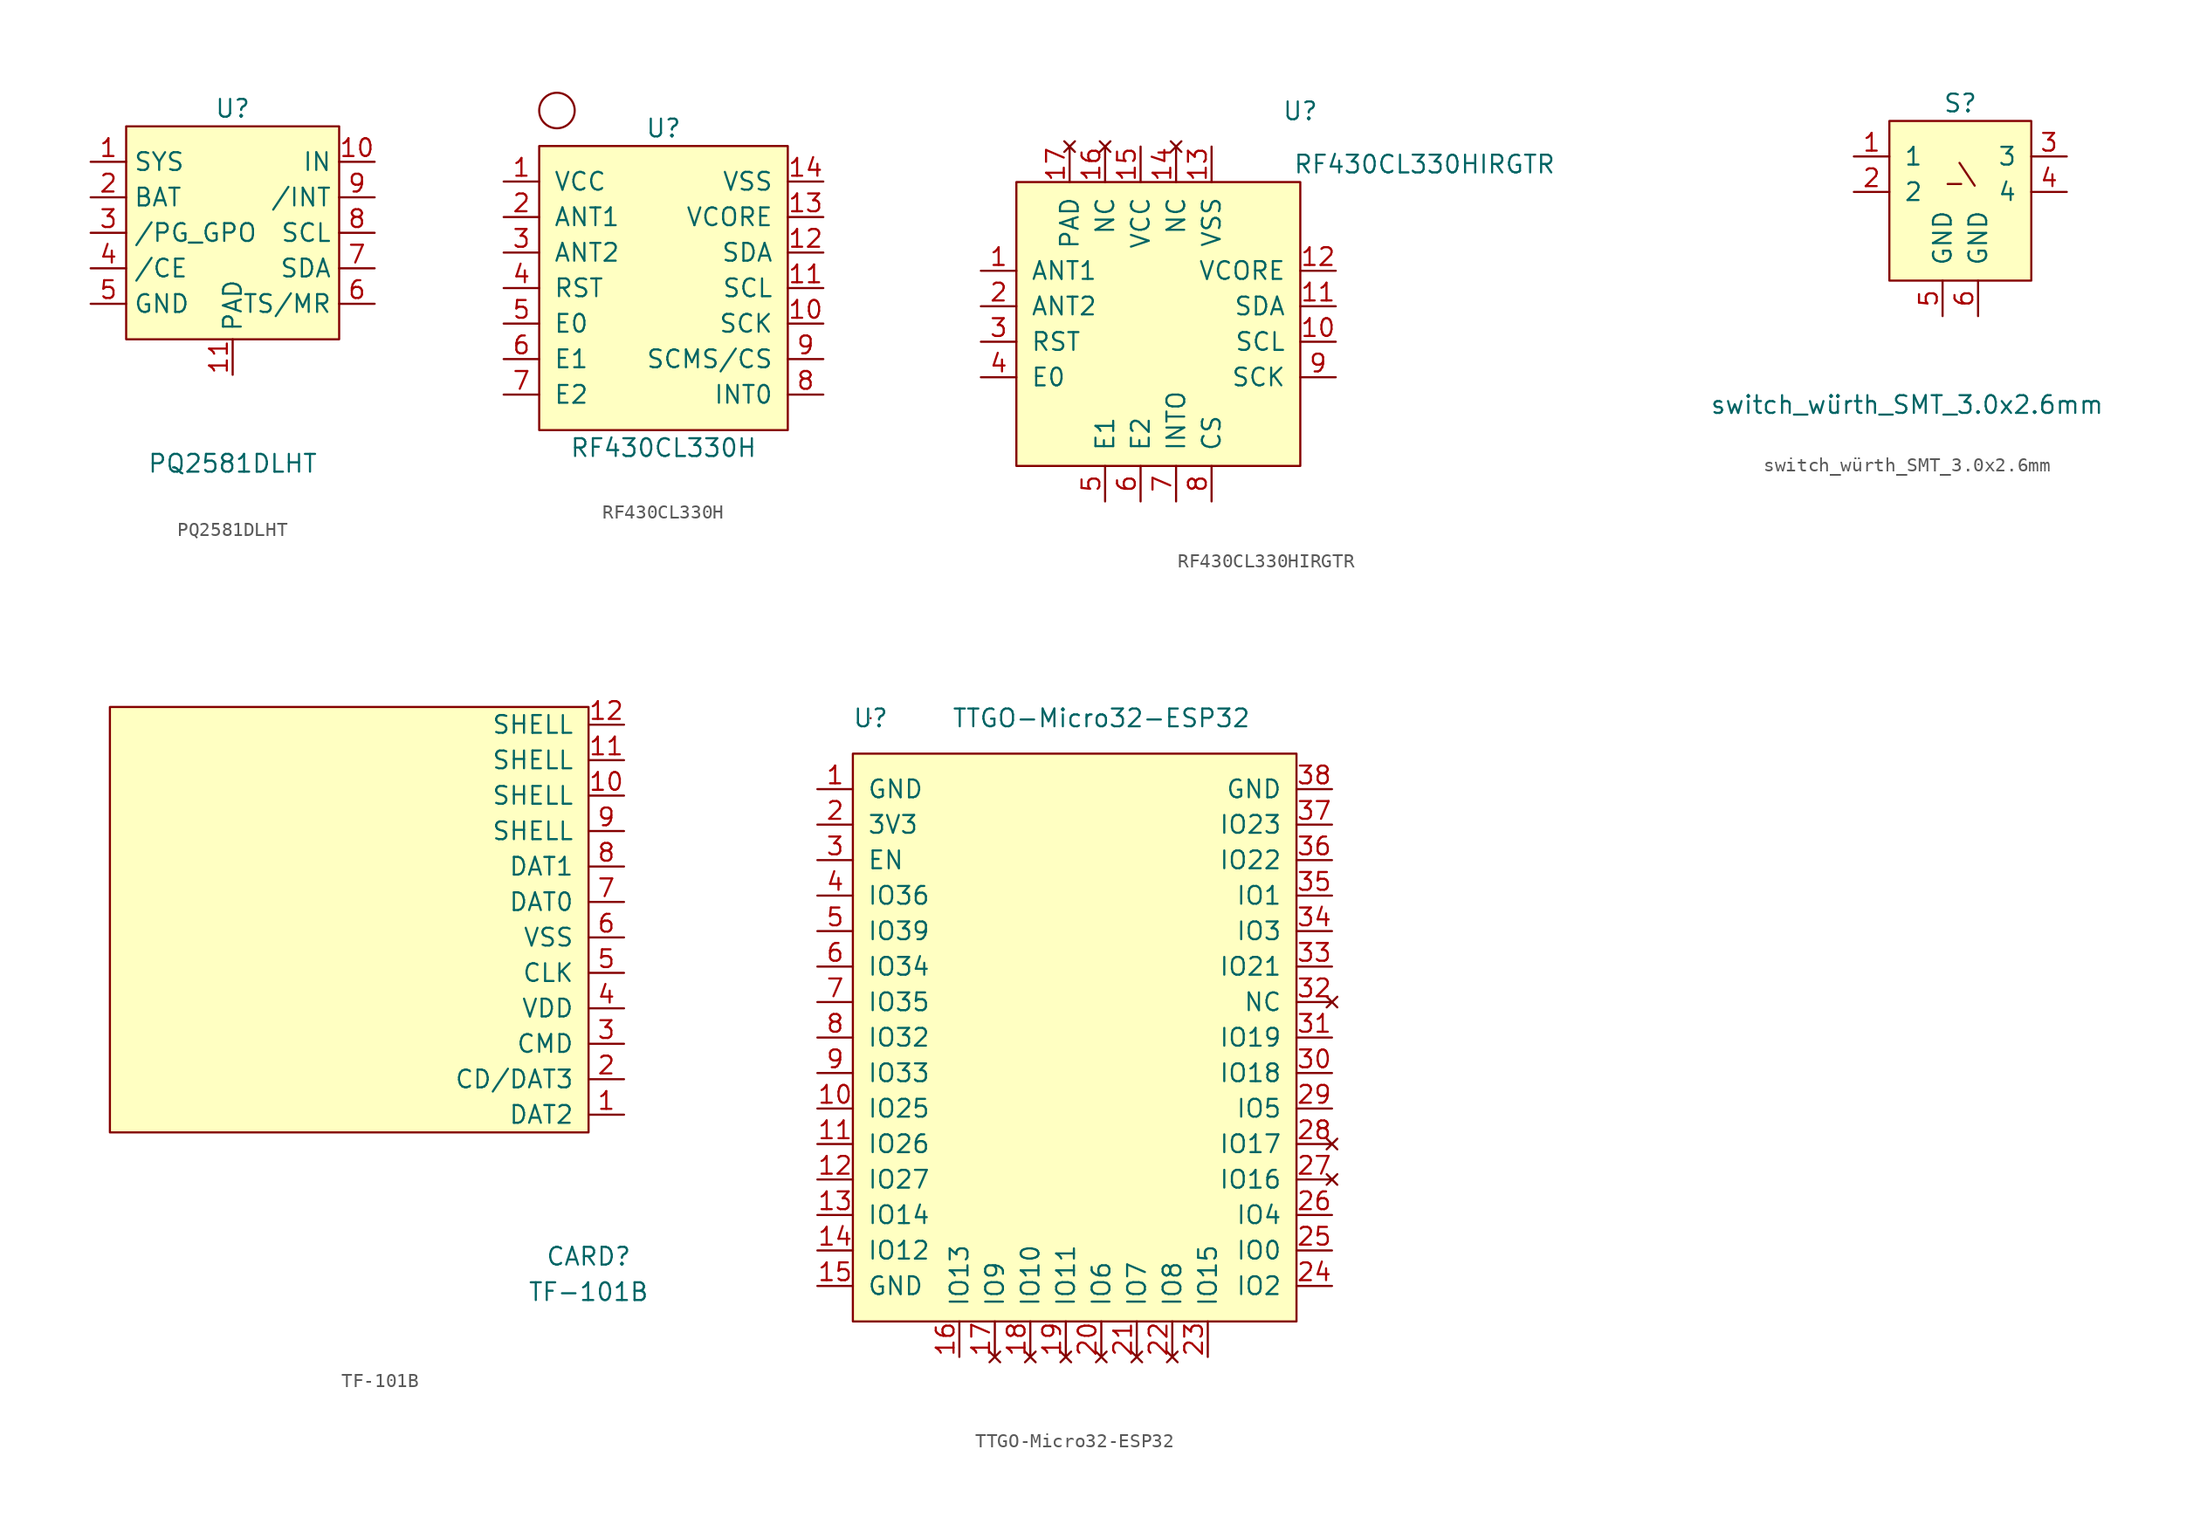
<source format=kicad_sym>
(kicad_symbol_lib
  (version 20211014)
  (generator kicad_symbol_editor)
  (symbol "PQ2581DLHT"
    (property "Reference" "U"
      (at 0 11.43 0)
      (effects (font (size 1.27 1.27))))
    (property "Value" "PQ2581DLHT"
      (at 0 -13.97 0)
      (effects (font (size 1.27 1.27))))
    (symbol "PQ2581DLHT_0_1"
      (rectangle (start 7.62 10.16) (end -7.62 -5.08) (stroke (width 0.152) (type default) (color 0 0 0 0)) (fill (type background))))
    (symbol "PQ2581DLHT_1_1"
      (pin input line (at -10.16 7.62 0) (length 2.54) (name "SYS" (effects (font (size 1.27 1.27)))) (number "1" (effects (font (size 1.27 1.27)))))
      (pin input line (at 10.16 7.62 180) (length 2.54) (name "IN" (effects (font (size 1.27 1.27)))) (number "10" (effects (font (size 1.27 1.27)))))
      (pin input line (at 0 -7.62 90) (length 2.54) (name "PAD" (effects (font (size 1.27 1.27)))) (number "11" (effects (font (size 1.27 1.27)))))
      (pin input line (at -10.16 5.08 0) (length 2.54) (name "BAT" (effects (font (size 1.27 1.27)))) (number "2" (effects (font (size 1.27 1.27)))))
      (pin input line (at -10.16 2.54 0) (length 2.54) (name "/PG_GPO" (effects (font (size 1.27 1.27)))) (number "3" (effects (font (size 1.27 1.27)))))
      (pin input line (at -10.16 0 0) (length 2.54) (name "/CE" (effects (font (size 1.27 1.27)))) (number "4" (effects (font (size 1.27 1.27)))))
      (pin input line (at -10.16 -2.54 0) (length 2.54) (name "GND" (effects (font (size 1.27 1.27)))) (number "5" (effects (font (size 1.27 1.27)))))
      (pin input line (at 10.16 -2.54 180) (length 2.54) (name "TS/MR" (effects (font (size 1.27 1.27)))) (number "6" (effects (font (size 1.27 1.27)))))
      (pin input line (at 10.16 0 180) (length 2.54) (name "SDA" (effects (font (size 1.27 1.27)))) (number "7" (effects (font (size 1.27 1.27)))))
      (pin input line (at 10.16 2.54 180) (length 2.54) (name "SCL" (effects (font (size 1.27 1.27)))) (number "8" (effects (font (size 1.27 1.27)))))
      (pin input line (at 10.16 5.08 180) (length 2.54) (name "/INT" (effects (font (size 1.27 1.27)))) (number "9" (effects (font (size 1.27 1.27)))))))
  (symbol "RF430CL330H"
    (pin_names
      (offset 1.016))
    (property "Reference" "U"
      (at 0 12.7 0)
      (effects (font (size 1.27 1.27))))
    (property "Value" "RF430CL330H"
      (at 0 -10.16 0)
      (effects (font (size 1.27 1.27))))
    (symbol "RF430CL330H_0_1"
      (rectangle (start -8.89 11.43) (end 8.89 -8.89) (stroke (width 0) (type default) (color 0 0 0 0)) (fill (type background)))
      (circle (center -7.62 13.97) (radius 1.27) (stroke (width 0) (type default) (color 0 0 0 0)) (fill (type none))))
    (symbol "RF430CL330H_1_1"
      (pin input line (at -11.43 8.89 0) (length 2.54) (name "VCC" (effects (font (size 1.27 1.27)))) (number "1" (effects (font (size 1.27 1.27)))))
      (pin input line (at 11.43 -1.27 180) (length 2.54) (name "SCK" (effects (font (size 1.27 1.27)))) (number "10" (effects (font (size 1.27 1.27)))))
      (pin input line (at 11.43 1.27 180) (length 2.54) (name "SCL" (effects (font (size 1.27 1.27)))) (number "11" (effects (font (size 1.27 1.27)))))
      (pin input line (at 11.43 3.81 180) (length 2.54) (name "SDA" (effects (font (size 1.27 1.27)))) (number "12" (effects (font (size 1.27 1.27)))))
      (pin input line (at 11.43 6.35 180) (length 2.54) (name "VCORE" (effects (font (size 1.27 1.27)))) (number "13" (effects (font (size 1.27 1.27)))))
      (pin input line (at 11.43 8.89 180) (length 2.54) (name "VSS" (effects (font (size 1.27 1.27)))) (number "14" (effects (font (size 1.27 1.27)))))
      (pin input line (at -11.43 6.35 0) (length 2.54) (name "ANT1" (effects (font (size 1.27 1.27)))) (number "2" (effects (font (size 1.27 1.27)))))
      (pin input line (at -11.43 3.81 0) (length 2.54) (name "ANT2" (effects (font (size 1.27 1.27)))) (number "3" (effects (font (size 1.27 1.27)))))
      (pin input line (at -11.43 1.27 0) (length 2.54) (name "RST" (effects (font (size 1.27 1.27)))) (number "4" (effects (font (size 1.27 1.27)))))
      (pin input line (at -11.43 -1.27 0) (length 2.54) (name "E0" (effects (font (size 1.27 1.27)))) (number "5" (effects (font (size 1.27 1.27)))))
      (pin input line (at -11.43 -3.81 0) (length 2.54) (name "E1" (effects (font (size 1.27 1.27)))) (number "6" (effects (font (size 1.27 1.27)))))
      (pin input line (at -11.43 -6.35 0) (length 2.54) (name "E2" (effects (font (size 1.27 1.27)))) (number "7" (effects (font (size 1.27 1.27)))))
      (pin input line (at 11.43 -6.35 180) (length 2.54) (name "INT0" (effects (font (size 1.27 1.27)))) (number "8" (effects (font (size 1.27 1.27)))))
      (pin input line (at 11.43 -3.81 180) (length 2.54) (name "SCMS/CS" (effects (font (size 1.27 1.27)))) (number "9" (effects (font (size 1.27 1.27)))))))
  (symbol "RF430CL330HIRGTR‎"
    (pin_names
      (offset 1.016))
    (property "Reference" "U"
      (at 10.16 15.24 0)
      (effects (font (size 1.27 1.27))))
    (property "Value" "RF430CL330HIRGTR‎"
      (at 19.05 11.43 0)
      (effects (font (size 1.27 1.27))))
    (symbol "RF430CL330HIRGTR‎_0_1"
      (rectangle (start 10.16 10.16) (end -10.16 -10.16) (stroke (width 0) (type default) (color 0 0 0 0)) (fill (type background))))
    (symbol "RF430CL330HIRGTR‎_1_1"
      (pin input line (at -12.7 3.81 0) (length 2.54) (name "ANT1" (effects (font (size 1.27 1.27)))) (number "1" (effects (font (size 1.27 1.27)))))
      (pin input line (at 12.7 -1.27 180) (length 2.54) (name "SCL" (effects (font (size 1.27 1.27)))) (number "10" (effects (font (size 1.27 1.27)))))
      (pin input line (at 12.7 1.27 180) (length 2.54) (name "SDA" (effects (font (size 1.27 1.27)))) (number "11" (effects (font (size 1.27 1.27)))))
      (pin input line (at 12.7 3.81 180) (length 2.54) (name "VCORE" (effects (font (size 1.27 1.27)))) (number "12" (effects (font (size 1.27 1.27)))))
      (pin input line (at 3.81 12.7 270) (length 2.54) (name "VSS" (effects (font (size 1.27 1.27)))) (number "13" (effects (font (size 1.27 1.27)))))
      (pin no_connect line (at 1.27 12.7 270) (length 2.54) (name "NC" (effects (font (size 1.27 1.27)))) (number "14" (effects (font (size 1.27 1.27)))))
      (pin input line (at -1.27 12.7 270) (length 2.54) (name "VCC" (effects (font (size 1.27 1.27)))) (number "15" (effects (font (size 1.27 1.27)))))
      (pin no_connect line (at -3.81 12.7 270) (length 2.54) (name "NC" (effects (font (size 1.27 1.27)))) (number "16" (effects (font (size 1.27 1.27)))))
      (pin no_connect line (at -6.35 12.7 270) (length 2.54) (name "PAD" (effects (font (size 1.27 1.27)))) (number "17" (effects (font (size 1.27 1.27)))))
      (pin input line (at -12.7 1.27 0) (length 2.54) (name "ANT2" (effects (font (size 1.27 1.27)))) (number "2" (effects (font (size 1.27 1.27)))))
      (pin input line (at -12.7 -1.27 0) (length 2.54) (name "RST" (effects (font (size 1.27 1.27)))) (number "3" (effects (font (size 1.27 1.27)))))
      (pin input line (at -12.7 -3.81 0) (length 2.54) (name "E0" (effects (font (size 1.27 1.27)))) (number "4" (effects (font (size 1.27 1.27)))))
      (pin input line (at -3.81 -12.7 90) (length 2.54) (name "E1" (effects (font (size 1.27 1.27)))) (number "5" (effects (font (size 1.27 1.27)))))
      (pin input line (at -1.27 -12.7 90) (length 2.54) (name "E2" (effects (font (size 1.27 1.27)))) (number "6" (effects (font (size 1.27 1.27)))))
      (pin input line (at 1.27 -12.7 90) (length 2.54) (name "INTO" (effects (font (size 1.27 1.27)))) (number "7" (effects (font (size 1.27 1.27)))))
      (pin input line (at 3.81 -12.7 90) (length 2.54) (name "CS" (effects (font (size 1.27 1.27)))) (number "8" (effects (font (size 1.27 1.27)))))
      (pin input line (at 12.7 -3.81 180) (length 2.54) (name "SCK" (effects (font (size 1.27 1.27)))) (number "9" (effects (font (size 1.27 1.27)))))))
  (symbol "switch_würth_SMT_3.0x2.6mm"
    (pin_names
      (offset 1.016))
    (property "Reference" "S"
      (at 5.08 10.16 0)
      (effects (font (size 1.27 1.27))))
    (property "Value" "switch_würth_SMT_3.0x2.6mm"
      (at 1.27 -11.43 0)
      (effects (font (size 1.27 1.27))))
    (symbol "switch_würth_SMT_3.0x2.6mm_0_0"
      (text "_\\" (at 5.08 5.08 0) (effects (font (size 1.27 1.27)))))
    (symbol "switch_würth_SMT_3.0x2.6mm_0_1"
      (rectangle (start 10.16 8.89) (end 0 -2.54) (stroke (width 0) (type default) (color 0 0 0 0)) (fill (type background))))
    (symbol "switch_würth_SMT_3.0x2.6mm_1_1"
      (pin input line (at -2.54 6.35 0) (length 2.54) (name "1" (effects (font (size 1.27 1.27)))) (number "1" (effects (font (size 1.27 1.27)))))
      (pin input line (at -2.54 3.81 0) (length 2.54) (name "2" (effects (font (size 1.27 1.27)))) (number "2" (effects (font (size 1.27 1.27)))))
      (pin input line (at 12.7 6.35 180) (length 2.54) (name "3" (effects (font (size 1.27 1.27)))) (number "3" (effects (font (size 1.27 1.27)))))
      (pin input line (at 12.7 3.81 180) (length 2.54) (name "4" (effects (font (size 1.27 1.27)))) (number "4" (effects (font (size 1.27 1.27)))))
      (pin input line (at 3.81 -5.08 90) (length 2.54) (name "GND" (effects (font (size 1.27 1.27)))) (number "5" (effects (font (size 1.27 1.27)))))
      (pin input line (at 6.35 -5.08 90) (length 2.54) (name "GND" (effects (font (size 1.27 1.27)))) (number "6" (effects (font (size 1.27 1.27)))))))
  (symbol "TF-101B"
    (pin_names
      (offset 1.016))
    (property "Reference" "CARD"
      (at 0 -10.16 0)
      (effects (font (size 1.27 1.27))))
    (property "Value" "TF-101B"
      (at 0 -12.7 0)
      (effects (font (size 1.27 1.27))))
    (symbol "TF-101B_0_1"
      (rectangle (start 0 29.21) (end -34.29 -1.27) (stroke (width 0) (type default) (color 0 0 0 0)) (fill (type background))))
    (symbol "TF-101B_1_1"
      (pin output line (at 2.54 0 180) (length 2.54) (name "DAT2" (effects (font (size 1.27 1.27)))) (number "1" (effects (font (size 1.27 1.27)))))
      (pin output line (at 2.54 22.86 180) (length 2.54) (name "SHELL" (effects (font (size 1.27 1.27)))) (number "10" (effects (font (size 1.27 1.27)))))
      (pin output line (at 2.54 25.4 180) (length 2.54) (name "SHELL" (effects (font (size 1.27 1.27)))) (number "11" (effects (font (size 1.27 1.27)))))
      (pin output line (at 2.54 27.94 180) (length 2.54) (name "SHELL" (effects (font (size 1.27 1.27)))) (number "12" (effects (font (size 1.27 1.27)))))
      (pin output line (at 2.54 2.54 180) (length 2.54) (name "CD/DAT3" (effects (font (size 1.27 1.27)))) (number "2" (effects (font (size 1.27 1.27)))))
      (pin output line (at 2.54 5.08 180) (length 2.54) (name "CMD" (effects (font (size 1.27 1.27)))) (number "3" (effects (font (size 1.27 1.27)))))
      (pin input line (at 2.54 7.62 180) (length 2.54) (name "VDD" (effects (font (size 1.27 1.27)))) (number "4" (effects (font (size 1.27 1.27)))))
      (pin output line (at 2.54 10.16 180) (length 2.54) (name "CLK" (effects (font (size 1.27 1.27)))) (number "5" (effects (font (size 1.27 1.27)))))
      (pin output line (at 2.54 12.7 180) (length 2.54) (name "VSS" (effects (font (size 1.27 1.27)))) (number "6" (effects (font (size 1.27 1.27)))))
      (pin output line (at 2.54 15.24 180) (length 2.54) (name "DAT0" (effects (font (size 1.27 1.27)))) (number "7" (effects (font (size 1.27 1.27)))))
      (pin output line (at 2.54 17.78 180) (length 2.54) (name "DAT1" (effects (font (size 1.27 1.27)))) (number "8" (effects (font (size 1.27 1.27)))))
      (pin output line (at 2.54 20.32 180) (length 2.54) (name "SHELL" (effects (font (size 1.27 1.27)))) (number "9" (effects (font (size 1.27 1.27)))))))
  (symbol "TTGO-Micro32-ESP32"
    (pin_names
      (offset 1.016))
    (property "Reference" "U"
      (at -13.97 20.32 0)
      (effects (font (size 1.27 1.27))))
    (property "Value" "TTGO-Micro32-ESP32"
      (at 2.54 20.32 0)
      (effects (font (size 1.27 1.27))))
    (symbol "TTGO-Micro32-ESP32_0_1"
      (rectangle (start -13.97 20.32) (end -13.97 20.32) (stroke (width 0) (type default) (color 0 0 0 0)) (fill (type none)))
      (rectangle (start 16.51 17.78) (end -15.24 -22.86) (stroke (width 0) (type default) (color 0 0 0 0)) (fill (type background))))
    (symbol "TTGO-Micro32-ESP32_1_1"
      (pin input line (at -17.78 15.24 0) (length 2.54) (name "GND" (effects (font (size 1.27 1.27)))) (number "1" (effects (font (size 1.27 1.27)))))
      (pin input line (at -17.78 -7.62 0) (length 2.54) (name "IO25" (effects (font (size 1.27 1.27)))) (number "10" (effects (font (size 1.27 1.27)))))
      (pin input line (at -17.78 -10.16 0) (length 2.54) (name "IO26" (effects (font (size 1.27 1.27)))) (number "11" (effects (font (size 1.27 1.27)))))
      (pin input line (at -17.78 -12.7 0) (length 2.54) (name "IO27" (effects (font (size 1.27 1.27)))) (number "12" (effects (font (size 1.27 1.27)))))
      (pin input line (at -17.78 -15.24 0) (length 2.54) (name "IO14" (effects (font (size 1.27 1.27)))) (number "13" (effects (font (size 1.27 1.27)))))
      (pin input line (at -17.78 -17.78 0) (length 2.54) (name "IO12" (effects (font (size 1.27 1.27)))) (number "14" (effects (font (size 1.27 1.27)))))
      (pin input line (at -17.78 -20.32 0) (length 2.54) (name "GND" (effects (font (size 1.27 1.27)))) (number "15" (effects (font (size 1.27 1.27)))))
      (pin input line (at -7.62 -25.4 90) (length 2.54) (name "IO13" (effects (font (size 1.27 1.27)))) (number "16" (effects (font (size 1.27 1.27)))))
      (pin no_connect line (at -5.08 -25.4 90) (length 2.54) (name "IO9" (effects (font (size 1.27 1.27)))) (number "17" (effects (font (size 1.27 1.27)))))
      (pin no_connect line (at -2.54 -25.4 90) (length 2.54) (name "IO10" (effects (font (size 1.27 1.27)))) (number "18" (effects (font (size 1.27 1.27)))))
      (pin no_connect line (at 0 -25.4 90) (length 2.54) (name "IO11" (effects (font (size 1.27 1.27)))) (number "19" (effects (font (size 1.27 1.27)))))
      (pin input line (at -17.78 12.7 0) (length 2.54) (name "3V3" (effects (font (size 1.27 1.27)))) (number "2" (effects (font (size 1.27 1.27)))))
      (pin no_connect line (at 2.54 -25.4 90) (length 2.54) (name "IO6" (effects (font (size 1.27 1.27)))) (number "20" (effects (font (size 1.27 1.27)))))
      (pin no_connect line (at 5.08 -25.4 90) (length 2.54) (name "IO7" (effects (font (size 1.27 1.27)))) (number "21" (effects (font (size 1.27 1.27)))))
      (pin no_connect line (at 7.62 -25.4 90) (length 2.54) (name "IO8" (effects (font (size 1.27 1.27)))) (number "22" (effects (font (size 1.27 1.27)))))
      (pin input line (at 10.16 -25.4 90) (length 2.54) (name "IO15" (effects (font (size 1.27 1.27)))) (number "23" (effects (font (size 1.27 1.27)))))
      (pin input line (at 19.05 -20.32 180) (length 2.54) (name "IO2" (effects (font (size 1.27 1.27)))) (number "24" (effects (font (size 1.27 1.27)))))
      (pin input line (at 19.05 -17.78 180) (length 2.54) (name "IO0" (effects (font (size 1.27 1.27)))) (number "25" (effects (font (size 1.27 1.27)))))
      (pin input line (at 19.05 -15.24 180) (length 2.54) (name "IO4" (effects (font (size 1.27 1.27)))) (number "26" (effects (font (size 1.27 1.27)))))
      (pin no_connect line (at 19.05 -12.7 180) (length 2.54) (name "IO16" (effects (font (size 1.27 1.27)))) (number "27" (effects (font (size 1.27 1.27)))))
      (pin no_connect line (at 19.05 -10.16 180) (length 2.54) (name "IO17" (effects (font (size 1.27 1.27)))) (number "28" (effects (font (size 1.27 1.27)))))
      (pin input line (at 19.05 -7.62 180) (length 2.54) (name "IO5" (effects (font (size 1.27 1.27)))) (number "29" (effects (font (size 1.27 1.27)))))
      (pin input line (at -17.78 10.16 0) (length 2.54) (name "EN" (effects (font (size 1.27 1.27)))) (number "3" (effects (font (size 1.27 1.27)))))
      (pin input line (at 19.05 -5.08 180) (length 2.54) (name "IO18" (effects (font (size 1.27 1.27)))) (number "30" (effects (font (size 1.27 1.27)))))
      (pin input line (at 19.05 -2.54 180) (length 2.54) (name "IO19" (effects (font (size 1.27 1.27)))) (number "31" (effects (font (size 1.27 1.27)))))
      (pin no_connect line (at 19.05 0 180) (length 2.54) (name "NC" (effects (font (size 1.27 1.27)))) (number "32" (effects (font (size 1.27 1.27)))))
      (pin input line (at 19.05 2.54 180) (length 2.54) (name "IO21" (effects (font (size 1.27 1.27)))) (number "33" (effects (font (size 1.27 1.27)))))
      (pin input line (at 19.05 5.08 180) (length 2.54) (name "IO3" (effects (font (size 1.27 1.27)))) (number "34" (effects (font (size 1.27 1.27)))))
      (pin input line (at 19.05 7.62 180) (length 2.54) (name "IO1" (effects (font (size 1.27 1.27)))) (number "35" (effects (font (size 1.27 1.27)))))
      (pin input line (at 19.05 10.16 180) (length 2.54) (name "IO22" (effects (font (size 1.27 1.27)))) (number "36" (effects (font (size 1.27 1.27)))))
      (pin input line (at 19.05 12.7 180) (length 2.54) (name "IO23" (effects (font (size 1.27 1.27)))) (number "37" (effects (font (size 1.27 1.27)))))
      (pin input line (at 19.05 15.24 180) (length 2.54) (name "GND" (effects (font (size 1.27 1.27)))) (number "38" (effects (font (size 1.27 1.27)))))
      (pin input line (at -17.78 7.62 0) (length 2.54) (name "IO36" (effects (font (size 1.27 1.27)))) (number "4" (effects (font (size 1.27 1.27)))))
      (pin input line (at -17.78 5.08 0) (length 2.54) (name "IO39" (effects (font (size 1.27 1.27)))) (number "5" (effects (font (size 1.27 1.27)))))
      (pin input line (at -17.78 2.54 0) (length 2.54) (name "IO34" (effects (font (size 1.27 1.27)))) (number "6" (effects (font (size 1.27 1.27)))))
      (pin input line (at -17.78 0 0) (length 2.54) (name "IO35" (effects (font (size 1.27 1.27)))) (number "7" (effects (font (size 1.27 1.27)))))
      (pin input line (at -17.78 -2.54 0) (length 2.54) (name "IO32" (effects (font (size 1.27 1.27)))) (number "8" (effects (font (size 1.27 1.27)))))
      (pin input line (at -17.78 -5.08 0) (length 2.54) (name "IO33" (effects (font (size 1.27 1.27)))) (number "9" (effects (font (size 1.27 1.27))))))))
</source>
